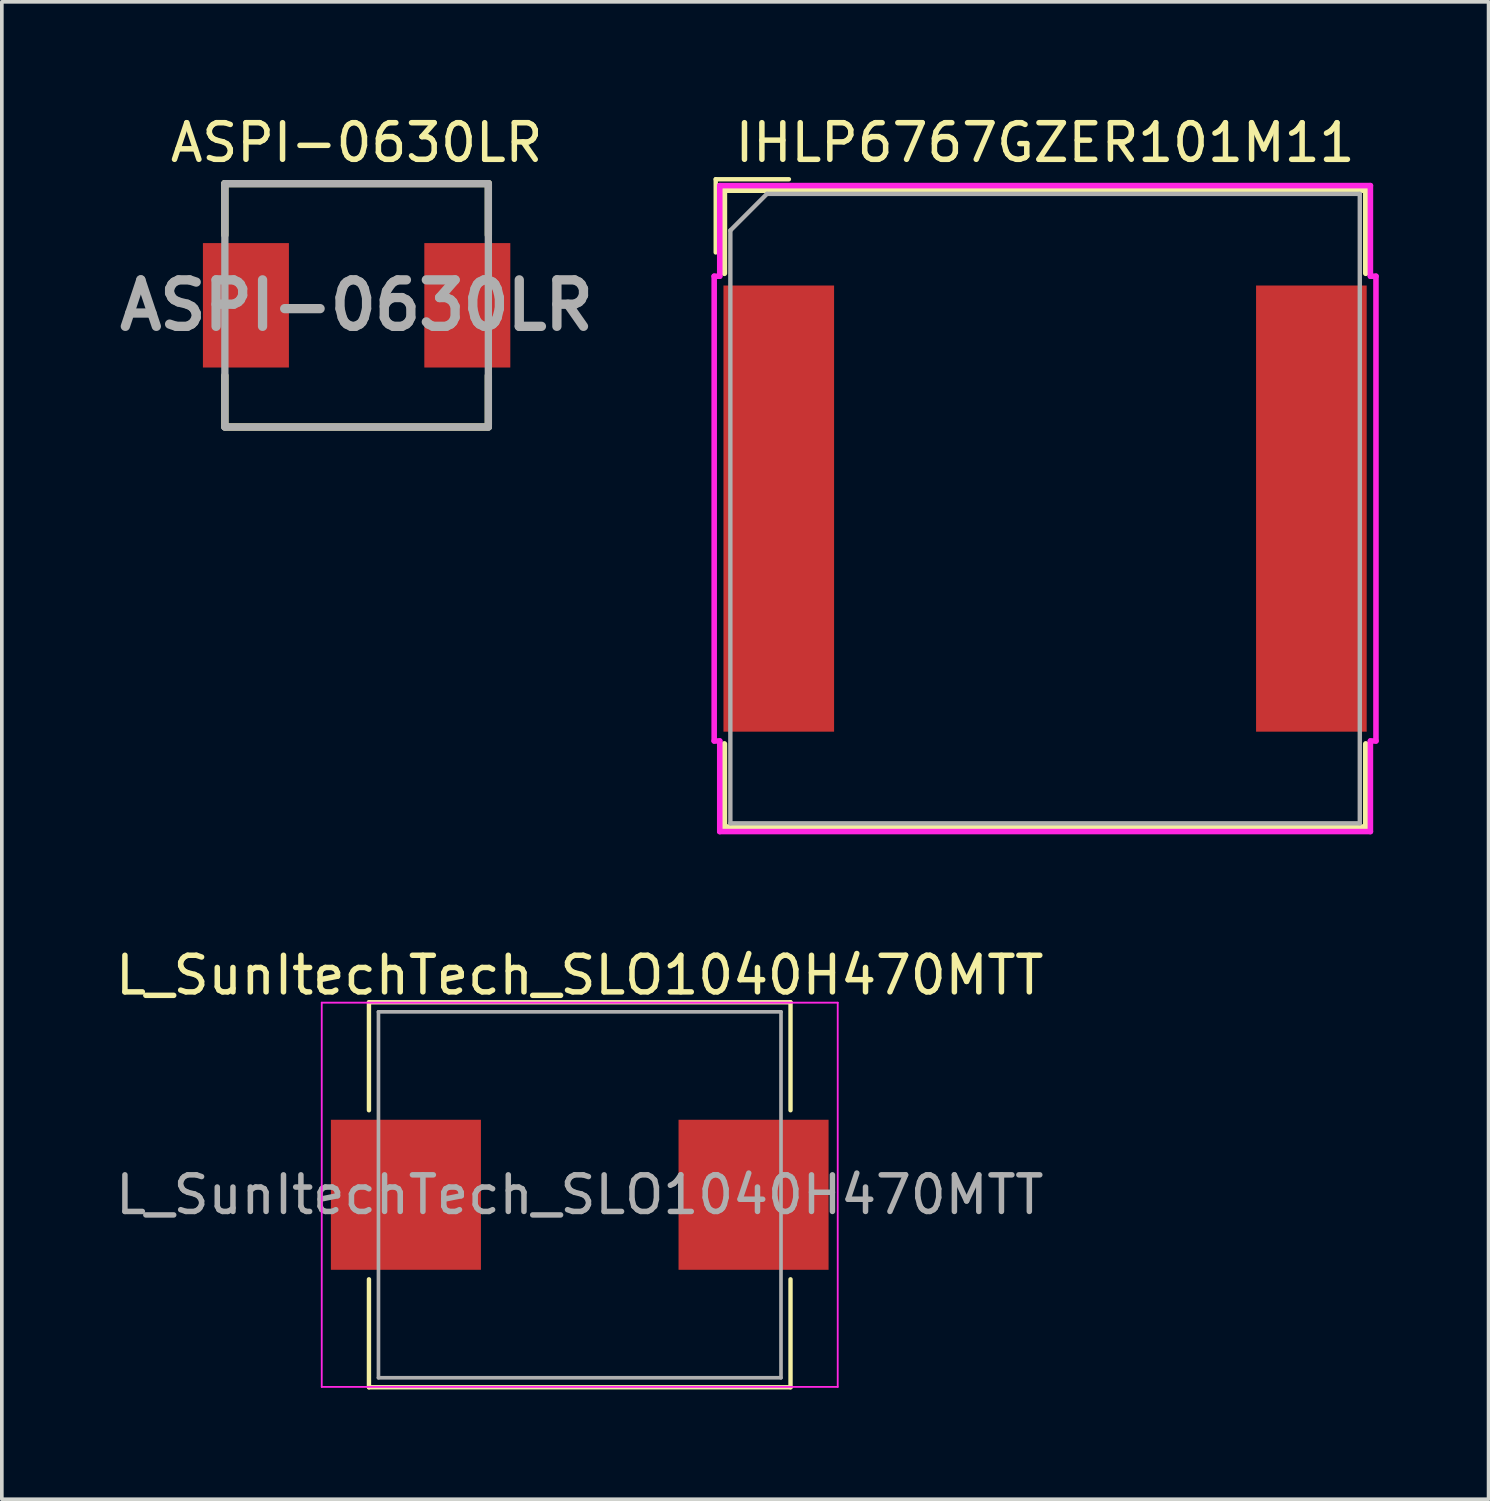
<source format=kicad_pcb>
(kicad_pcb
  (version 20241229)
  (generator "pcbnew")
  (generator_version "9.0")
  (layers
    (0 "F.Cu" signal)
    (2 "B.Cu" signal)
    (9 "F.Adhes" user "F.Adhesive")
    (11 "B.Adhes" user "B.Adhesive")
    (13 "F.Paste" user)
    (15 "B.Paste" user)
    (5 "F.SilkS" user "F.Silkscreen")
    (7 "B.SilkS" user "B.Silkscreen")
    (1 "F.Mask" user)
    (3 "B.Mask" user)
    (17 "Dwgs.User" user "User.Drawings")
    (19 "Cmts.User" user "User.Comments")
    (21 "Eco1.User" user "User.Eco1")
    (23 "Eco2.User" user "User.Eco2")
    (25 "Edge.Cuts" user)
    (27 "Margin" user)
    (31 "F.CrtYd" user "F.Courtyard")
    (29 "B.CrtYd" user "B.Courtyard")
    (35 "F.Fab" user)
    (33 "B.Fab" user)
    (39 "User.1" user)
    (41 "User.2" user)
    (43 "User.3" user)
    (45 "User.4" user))
  (footprint "ASPI-0630LR"
    (layer "F.Cu")
    (at 6.695 5.293)
    (property "Reference" "ASPI-0630LR" (at 0 -4.445 0) (layer "F.SilkS") (effects (font (size 1 1) (thickness 0.15))))
    (attr smd)
    (fp_line (start -3.6 -3.325) (end -3.6 -1.918) (stroke (width 0.2) (type solid)) (layer "F.SilkS"))
    (fp_line (start -3.6 -3.325) (end 3.6 -3.325) (stroke (width 0.2) (type solid)) (layer "F.SilkS"))
    (fp_line (start -3.6 3.269) (end -3.6 1.918) (stroke (width 0.2) (type solid)) (layer "F.SilkS"))
    (fp_line (start 3.6 -3.325) (end 3.6 -1.918) (stroke (width 0.2) (type solid)) (layer "F.SilkS"))
    (fp_line (start 3.6 3.269) (end 3.6 1.918) (stroke (width 0.2) (type solid)) (layer "F.SilkS"))
    (fp_line (start 3.6 3.325) (end -3.6 3.325) (stroke (width 0.2) (type solid)) (layer "F.SilkS"))
    (fp_line (start -3.6 -3.325) (end 3.6 -3.325) (stroke (width 0.2) (type solid)) (layer "F.Fab"))
    (fp_line (start -3.6 3.325) (end -3.6 -3.325) (stroke (width 0.2) (type solid)) (layer "F.Fab"))
    (fp_line (start 3.6 -3.325) (end 3.6 3.325) (stroke (width 0.2) (type solid)) (layer "F.Fab"))
    (fp_line (start 3.6 3.325) (end -3.6 3.325) (stroke (width 0.2) (type solid)) (layer "F.Fab"))
    (fp_text user "${REFERENCE}" (at 0 0 0) (layer "F.Fab") (effects (font (size 1.27 1.27) (thickness 0.254))))
    (pad "1" smd rect (at -3.025 0) (size 2.35 3.4) (layers "F.Cu" "F.Mask" "F.Paste"))
    (pad "2" smd rect (at 3.025 0) (size 2.35 3.4) (layers "F.Cu" "F.Mask" "F.Paste")))
  (footprint "IHLP6767GZER101M11"
    (layer "F.Cu")
    (at 25.508 10.848)
    (property "Reference" "IHLP6767GZER101M11" (at 0 -10 0) (layer "F.SilkS") (effects (font (size 1 1) (thickness 0.15))))
    (attr smd)
    (fp_line (start -9 -9) (end -9 -7) (stroke (width 0.12) (type solid)) (layer "F.SilkS"))
    (fp_line (start -9 -9) (end -7 -9) (stroke (width 0.12) (type solid)) (layer "F.SilkS"))
    (fp_line (start -8.763 -8.7) (end -8.763 -6.429) (stroke (width 0.152) (type solid)) (layer "F.SilkS"))
    (fp_line (start -8.763 6.429) (end -8.763 8.7) (stroke (width 0.152) (type solid)) (layer "F.SilkS"))
    (fp_line (start -8.763 8.7) (end 8.763 8.7) (stroke (width 0.152) (type solid)) (layer "F.SilkS"))
    (fp_line (start 8.763 -8.7) (end -8.763 -8.7) (stroke (width 0.152) (type solid)) (layer "F.SilkS"))
    (fp_line (start 8.763 -6.429) (end 8.763 -8.7) (stroke (width 0.152) (type solid)) (layer "F.SilkS"))
    (fp_line (start 8.763 8.7) (end 8.763 6.429) (stroke (width 0.152) (type solid)) (layer "F.SilkS"))
    (fp_line (start -9.042 -6.35) (end -8.89 -6.35) (stroke (width 0.152) (type solid)) (layer "F.CrtYd"))
    (fp_line (start -9.042 6.35) (end -9.042 -6.35) (stroke (width 0.152) (type solid)) (layer "F.CrtYd"))
    (fp_line (start -8.89 -8.826) (end 8.89 -8.826) (stroke (width 0.152) (type solid)) (layer "F.CrtYd"))
    (fp_line (start -8.89 -6.35) (end -8.89 -8.826) (stroke (width 0.152) (type solid)) (layer "F.CrtYd"))
    (fp_line (start -8.89 6.35) (end -9.042 6.35) (stroke (width 0.152) (type solid)) (layer "F.CrtYd"))
    (fp_line (start -8.89 8.826) (end -8.89 6.35) (stroke (width 0.152) (type solid)) (layer "F.CrtYd"))
    (fp_line (start 8.89 -8.826) (end 8.89 -6.35) (stroke (width 0.152) (type solid)) (layer "F.CrtYd"))
    (fp_line (start 8.89 -6.35) (end 9.042 -6.35) (stroke (width 0.152) (type solid)) (layer "F.CrtYd"))
    (fp_line (start 8.89 6.35) (end 8.89 8.826) (stroke (width 0.152) (type solid)) (layer "F.CrtYd"))
    (fp_line (start 8.89 8.826) (end -8.89 8.826) (stroke (width 0.152) (type solid)) (layer "F.CrtYd"))
    (fp_line (start 9.042 -6.35) (end 9.042 6.35) (stroke (width 0.152) (type solid)) (layer "F.CrtYd"))
    (fp_line (start 9.042 6.35) (end 8.89 6.35) (stroke (width 0.152) (type solid)) (layer "F.CrtYd"))
    (fp_line (start -8.6 -7.6) (end -7.6 -8.6) (stroke (width 0.12) (type solid)) (layer "F.Fab"))
    (fp_line (start -8.6 8.6) (end -8.6 -7.6) (stroke (width 0.12) (type solid)) (layer "F.Fab"))
    (fp_line (start -7.6 -8.6) (end 8.6 -8.6) (stroke (width 0.12) (type solid)) (layer "F.Fab"))
    (fp_line (start 8.6 -8.6) (end 8.6 8.6) (stroke (width 0.12) (type solid)) (layer "F.Fab"))
    (fp_line (start 8.6 8.6) (end -8.6 8.6) (stroke (width 0.12) (type solid)) (layer "F.Fab"))
    (pad "1" smd rect (at -7.277 0 90) (size 12.192 3.023) (layers "F.Cu" "F.Mask" "F.Paste"))
    (pad "2" smd rect (at 7.277 0 90) (size 12.192 3.023) (layers "F.Cu" "F.Mask" "F.Paste")))
  (footprint "L_SunItechTech_SLO1040H470MTT"
    (layer "F.Cu")
    (at 12.792 29.599)
    (property "Reference" "L_SunItechTech_SLO1040H470MTT" (at 0 -6 0) (layer "F.SilkS") (effects (font (size 1 1) (thickness 0.15))))
    (attr smd)
    (fp_line (start -5.76 -5.26) (end -5.76 -2.31) (stroke (width 0.12) (type solid)) (layer "F.SilkS"))
    (fp_line (start -5.76 -5.26) (end 5.76 -5.26) (stroke (width 0.12) (type solid)) (layer "F.SilkS"))
    (fp_line (start -5.76 5.26) (end -5.76 2.31) (stroke (width 0.12) (type solid)) (layer "F.SilkS"))
    (fp_line (start -5.76 5.26) (end 5.76 5.26) (stroke (width 0.12) (type solid)) (layer "F.SilkS"))
    (fp_line (start 5.76 -5.26) (end 5.76 -2.31) (stroke (width 0.12) (type solid)) (layer "F.SilkS"))
    (fp_line (start 5.76 5.26) (end 5.76 2.31) (stroke (width 0.12) (type solid)) (layer "F.SilkS"))
    (fp_line (start -7.05 -5.25) (end -7.05 5.25) (stroke (width 0.05) (type solid)) (layer "F.CrtYd"))
    (fp_line (start -7.05 5.25) (end 7.05 5.25) (stroke (width 0.05) (type solid)) (layer "F.CrtYd"))
    (fp_line (start 7.05 -5.25) (end -7.05 -5.25) (stroke (width 0.05) (type solid)) (layer "F.CrtYd"))
    (fp_line (start 7.05 5.25) (end 7.05 -5.25) (stroke (width 0.05) (type solid)) (layer "F.CrtYd"))
    (fp_line (start -5.5 -5) (end -5.5 5) (stroke (width 0.1) (type solid)) (layer "F.Fab"))
    (fp_line (start -5.5 5) (end 5.5 5) (stroke (width 0.1) (type solid)) (layer "F.Fab"))
    (fp_line (start 5.5 -5) (end -5.5 -5) (stroke (width 0.1) (type solid)) (layer "F.Fab"))
    (fp_line (start 5.5 5) (end 5.5 -5) (stroke (width 0.1) (type solid)) (layer "F.Fab"))
    (fp_text user "${REFERENCE}" (at 0 0 0) (layer "F.Fab") (effects (font (size 1 1) (thickness 0.15))))
    (pad "1" smd rect (at -4.75 0) (size 4.1 4.1) (layers "F.Cu" "F.Mask" "F.Paste"))
    (pad "2" smd rect (at 4.75 0) (size 4.1 4.1) (layers "F.Cu" "F.Mask" "F.Paste")))
  (gr_rect
    (start -3 -3)
    (end 37.627 37.919)
    (stroke (width 0.1) (type default))
    (fill no)
    (layer "Edge.Cuts")))
</source>
